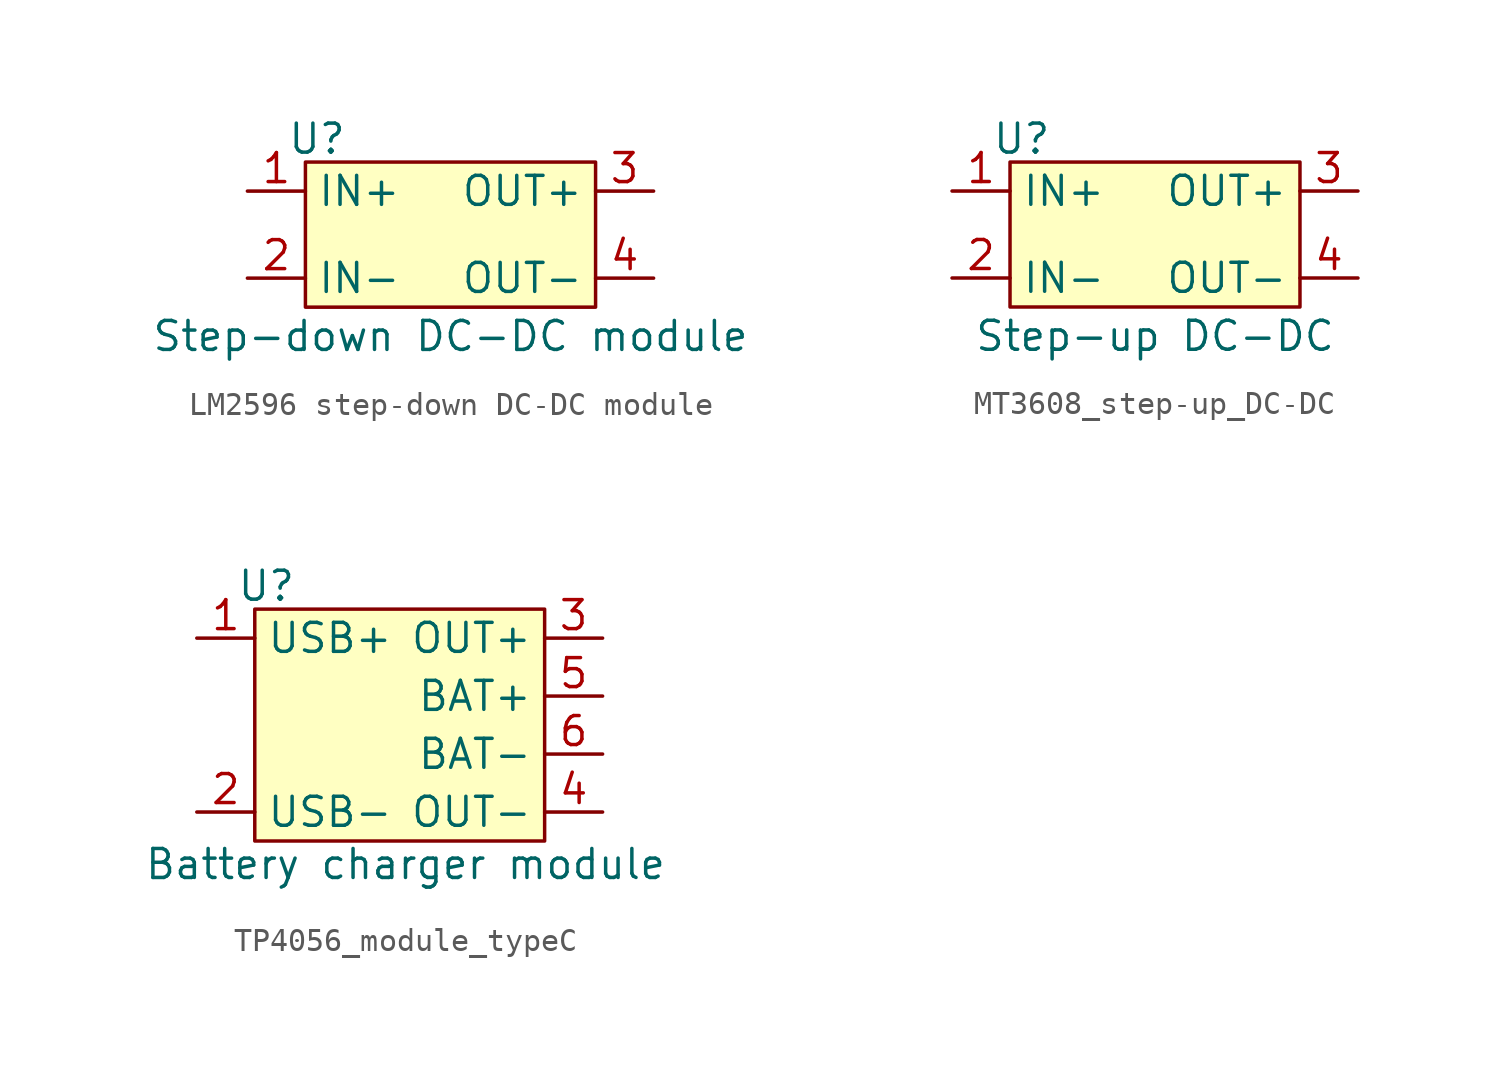
<source format=kicad_sym>
(kicad_symbol_lib
  (version 20231120)
  (generator "kicad_symbol_editor")
  (generator_version "8.0")
  (symbol "LM2596 step-down DC-DC module"
    (property "Reference" "U"
      (at -4.572 3.556 0)
      (effects (font (size 1.27 1.27))))
    (property "Value" "Step-down DC-DC module"
      (at 1.27 -5.08 0)
      (effects (font (size 1.27 1.27))))
    (symbol "LM2596 step-down DC-DC module_1_1"
      (rectangle (start -5.08 2.54) (end 7.62 -3.81) (stroke (width 0) (type default)) (fill (type background)))
      (pin input line (at -7.62 1.27 0) (length 2.54) (name "IN+" (effects (font (size 1.27 1.27)))) (number "1" (effects (font (size 1.27 1.27)))))
      (pin input line (at -7.62 -2.54 0) (length 2.54) (name "IN-" (effects (font (size 1.27 1.27)))) (number "2" (effects (font (size 1.27 1.27)))))
      (pin input line (at 10.16 1.27 180) (length 2.54) (name "OUT+" (effects (font (size 1.27 1.27)))) (number "3" (effects (font (size 1.27 1.27)))))
      (pin input line (at 10.16 -2.54 180) (length 2.54) (name "OUT-" (effects (font (size 1.27 1.27)))) (number "4" (effects (font (size 1.27 1.27)))))))
  (symbol "MT3608_step-up_DC-DC"
    (property "Reference" "U"
      (at -4.572 3.556 0)
      (effects (font (size 1.27 1.27))))
    (property "Value" "Step-up DC-DC"
      (at 1.27 -5.08 0)
      (effects (font (size 1.27 1.27))))
    (symbol "MT3608_step-up_DC-DC_1_1"
      (rectangle (start -5.08 2.54) (end 7.62 -3.81) (stroke (width 0) (type default)) (fill (type background)))
      (pin input line (at -7.62 1.27 0) (length 2.54) (name "IN+" (effects (font (size 1.27 1.27)))) (number "1" (effects (font (size 1.27 1.27)))))
      (pin input line (at -7.62 -2.54 0) (length 2.54) (name "IN-" (effects (font (size 1.27 1.27)))) (number "2" (effects (font (size 1.27 1.27)))))
      (pin input line (at 10.16 1.27 180) (length 2.54) (name "OUT+" (effects (font (size 1.27 1.27)))) (number "3" (effects (font (size 1.27 1.27)))))
      (pin input line (at 10.16 -2.54 180) (length 2.54) (name "OUT-" (effects (font (size 1.27 1.27)))) (number "4" (effects (font (size 1.27 1.27)))))))
  (symbol "TP4056_module_typeC"
    (property "Reference" "U"
      (at -5.842 6.096 0)
      (effects (font (size 1.27 1.27))))
    (property "Value" "Battery charger module"
      (at 0.254 -6.096 0)
      (effects (font (size 1.27 1.27))))
    (symbol "TP4056_module_typeC_1_1"
      (rectangle (start -6.35 5.08) (end 6.35 -5.08) (stroke (width 0) (type default)) (fill (type background)))
      (pin input line (at -8.89 3.81 0) (length 2.54) (name "USB+" (effects (font (size 1.27 1.27)))) (number "1" (effects (font (size 1.27 1.27)))))
      (pin input line (at -8.89 -3.81 0) (length 2.54) (name "USB-" (effects (font (size 1.27 1.27)))) (number "2" (effects (font (size 1.27 1.27)))))
      (pin input line (at 8.89 3.81 180) (length 2.54) (name "OUT+" (effects (font (size 1.27 1.27)))) (number "3" (effects (font (size 1.27 1.27)))))
      (pin input line (at 8.89 -3.81 180) (length 2.54) (name "OUT-" (effects (font (size 1.27 1.27)))) (number "4" (effects (font (size 1.27 1.27)))))
      (pin input line (at 8.89 1.27 180) (length 2.54) (name "BAT+" (effects (font (size 1.27 1.27)))) (number "5" (effects (font (size 1.27 1.27)))))
      (pin input line (at 8.89 -1.27 180) (length 2.54) (name "BAT-" (effects (font (size 1.27 1.27)))) (number "6" (effects (font (size 1.27 1.27))))))))
</source>
